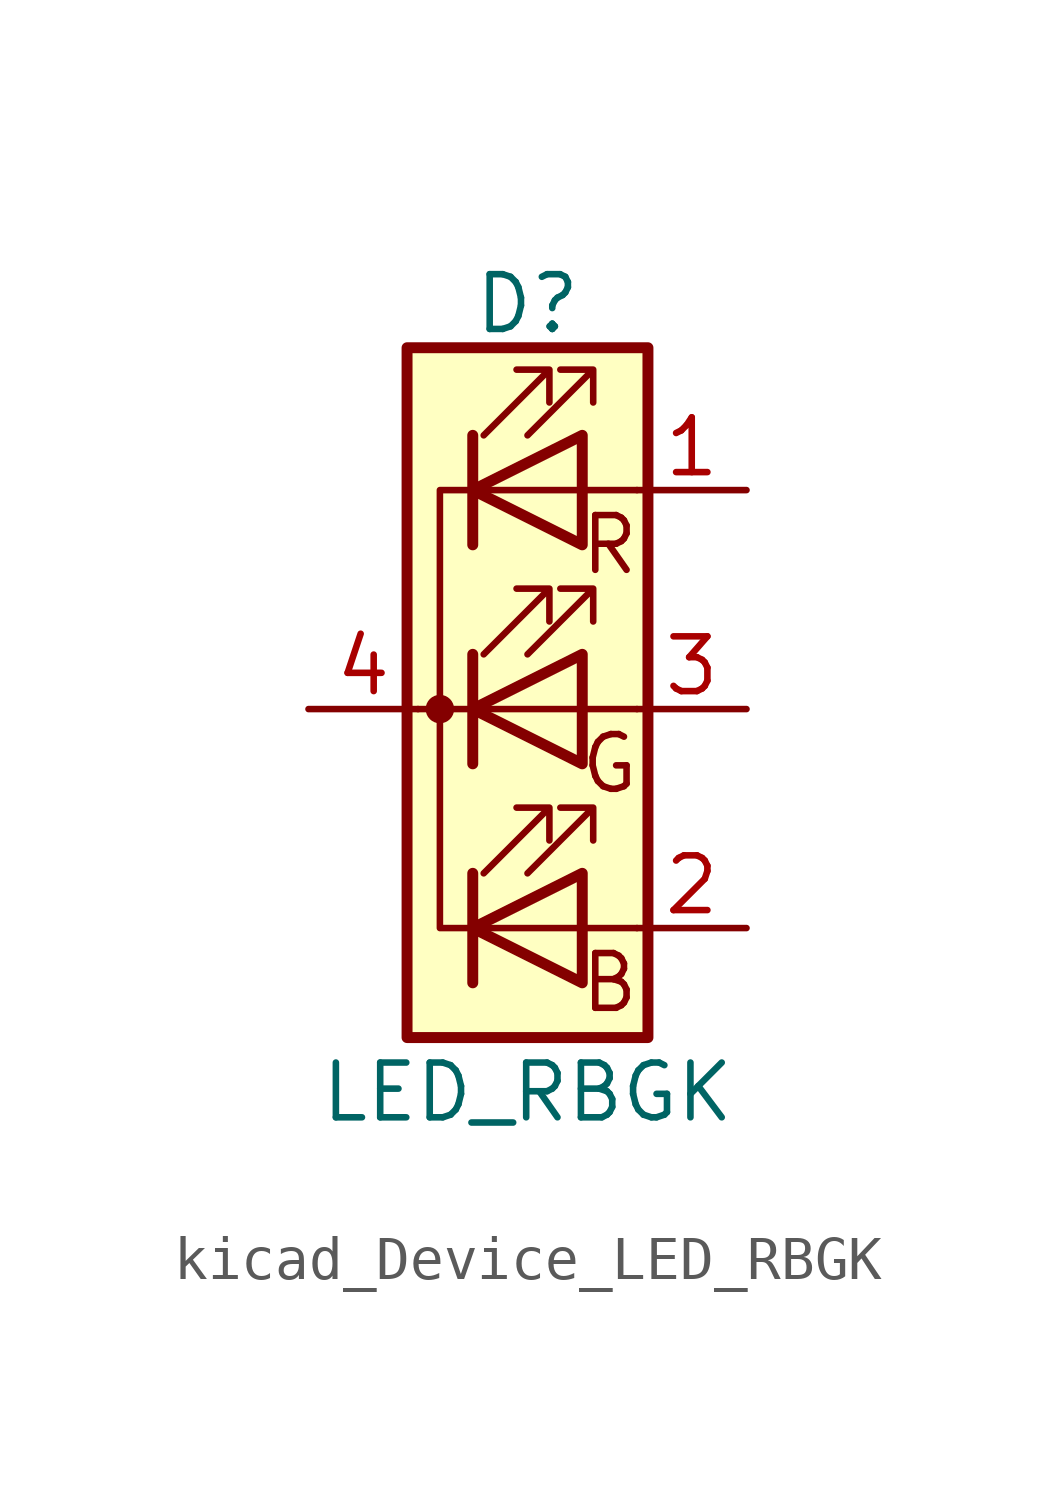
<source format=kicad_sym>
(kicad_symbol_lib
  (version 20220914)
  (generator kicad_symbol_editor)
  (symbol "kicad_Device_LED_RBGK"
    (pin_names
      (offset 0) hide)
    (property "Reference" "D"
      (at 0 9.398 0)
      (effects (font (size 1.27 1.27))))
    (property "Value" "LED_RBGK"
      (at 0 -8.89 0)
      (effects (font (size 1.27 1.27))))
    (symbol "kicad_Device_LED_RBGK_0_0"
      (text "B" (at 1.905 -6.35 0) (effects (font (size 1.27 1.27))))
      (text "G" (at 1.905 -1.27 0) (effects (font (size 1.27 1.27))))
      (text "R" (at 1.905 3.81 0) (effects (font (size 1.27 1.27)))))
    (symbol "kicad_Device_LED_RBGK_0_1"
      (circle (center -2.032 0) (radius 0.254) (stroke (width 0) (type default)) (fill (type outline)))
      (polyline (pts (xy -1.27 -5.08) (xy 1.27 -5.08)) (stroke (width 0) (type default)) (fill (type none)))
      (polyline (pts (xy -1.27 -3.81) (xy -1.27 -6.35)) (stroke (width 0.254) (type default)) (fill (type none)))
      (polyline (pts (xy -1.27 0) (xy -2.54 0)) (stroke (width 0) (type default)) (fill (type none)))
      (polyline (pts (xy -1.27 1.27) (xy -1.27 -1.27)) (stroke (width 0.254) (type default)) (fill (type none)))
      (polyline (pts (xy -1.27 5.08) (xy 1.27 5.08)) (stroke (width 0) (type default)) (fill (type none)))
      (polyline (pts (xy -1.27 6.35) (xy -1.27 3.81)) (stroke (width 0.254) (type default)) (fill (type none)))
      (polyline (pts (xy 1.27 -5.08) (xy 2.54 -5.08)) (stroke (width 0) (type default)) (fill (type none)))
      (polyline (pts (xy 1.27 0) (xy -1.27 0)) (stroke (width 0) (type default)) (fill (type none)))
      (polyline (pts (xy 1.27 0) (xy 2.54 0)) (stroke (width 0) (type default)) (fill (type none)))
      (polyline (pts (xy 1.27 5.08) (xy 2.54 5.08)) (stroke (width 0) (type default)) (fill (type none)))
      (polyline (pts (xy -1.27 1.27) (xy -1.27 -1.27) (xy -1.27 -1.27)) (stroke (width 0) (type default)) (fill (type none)))
      (polyline (pts (xy -1.27 6.35) (xy -1.27 3.81) (xy -1.27 3.81)) (stroke (width 0) (type default)) (fill (type none)))
      (polyline (pts (xy -1.27 5.08) (xy -2.032 5.08) (xy -2.032 -5.08) (xy -1.016 -5.08)) (stroke (width 0) (type default)) (fill (type none)))
      (polyline (pts (xy 1.27 -3.81) (xy 1.27 -6.35) (xy -1.27 -5.08) (xy 1.27 -3.81)) (stroke (width 0.254) (type default)) (fill (type none)))
      (polyline (pts (xy 1.27 1.27) (xy 1.27 -1.27) (xy -1.27 0) (xy 1.27 1.27)) (stroke (width 0.254) (type default)) (fill (type none)))
      (polyline (pts (xy 1.27 6.35) (xy 1.27 3.81) (xy -1.27 5.08) (xy 1.27 6.35)) (stroke (width 0.254) (type default)) (fill (type none)))
      (polyline (pts (xy -1.016 -3.81) (xy 0.508 -2.286) (xy -0.254 -2.286) (xy 0.508 -2.286) (xy 0.508 -3.048)) (stroke (width 0) (type default)) (fill (type none)))
      (polyline (pts (xy -1.016 1.27) (xy 0.508 2.794) (xy -0.254 2.794) (xy 0.508 2.794) (xy 0.508 2.032)) (stroke (width 0) (type default)) (fill (type none)))
      (polyline (pts (xy -1.016 6.35) (xy 0.508 7.874) (xy -0.254 7.874) (xy 0.508 7.874) (xy 0.508 7.112)) (stroke (width 0) (type default)) (fill (type none)))
      (polyline (pts (xy 0 -3.81) (xy 1.524 -2.286) (xy 0.762 -2.286) (xy 1.524 -2.286) (xy 1.524 -3.048)) (stroke (width 0) (type default)) (fill (type none)))
      (polyline (pts (xy 0 1.27) (xy 1.524 2.794) (xy 0.762 2.794) (xy 1.524 2.794) (xy 1.524 2.032)) (stroke (width 0) (type default)) (fill (type none)))
      (polyline (pts (xy 0 6.35) (xy 1.524 7.874) (xy 0.762 7.874) (xy 1.524 7.874) (xy 1.524 7.112)) (stroke (width 0) (type default)) (fill (type none)))
      (rectangle (start 1.27 -1.27) (end 1.27 1.27) (stroke (width 0) (type default)) (fill (type none)))
      (rectangle (start 1.27 1.27) (end 1.27 1.27) (stroke (width 0) (type default)) (fill (type none)))
      (rectangle (start 1.27 3.81) (end 1.27 6.35) (stroke (width 0) (type default)) (fill (type none)))
      (rectangle (start 1.27 6.35) (end 1.27 6.35) (stroke (width 0) (type default)) (fill (type none)))
      (rectangle (start 2.794 8.382) (end -2.794 -7.62) (stroke (width 0.254) (type default)) (fill (type background))))
    (symbol "kicad_Device_LED_RBGK_1_1"
      (pin passive line (at 5.08 5.08 180) (length 2.54) (name "RA" (effects (font (size 1.27 1.27)))) (number "1" (effects (font (size 1.27 1.27)))))
      (pin passive line (at 5.08 -5.08 180) (length 2.54) (name "BA" (effects (font (size 1.27 1.27)))) (number "2" (effects (font (size 1.27 1.27)))))
      (pin passive line (at 5.08 0 180) (length 2.54) (name "GA" (effects (font (size 1.27 1.27)))) (number "3" (effects (font (size 1.27 1.27)))))
      (pin passive line (at -5.08 0 0) (length 2.54) (name "K" (effects (font (size 1.27 1.27)))) (number "4" (effects (font (size 1.27 1.27))))))))
</source>
